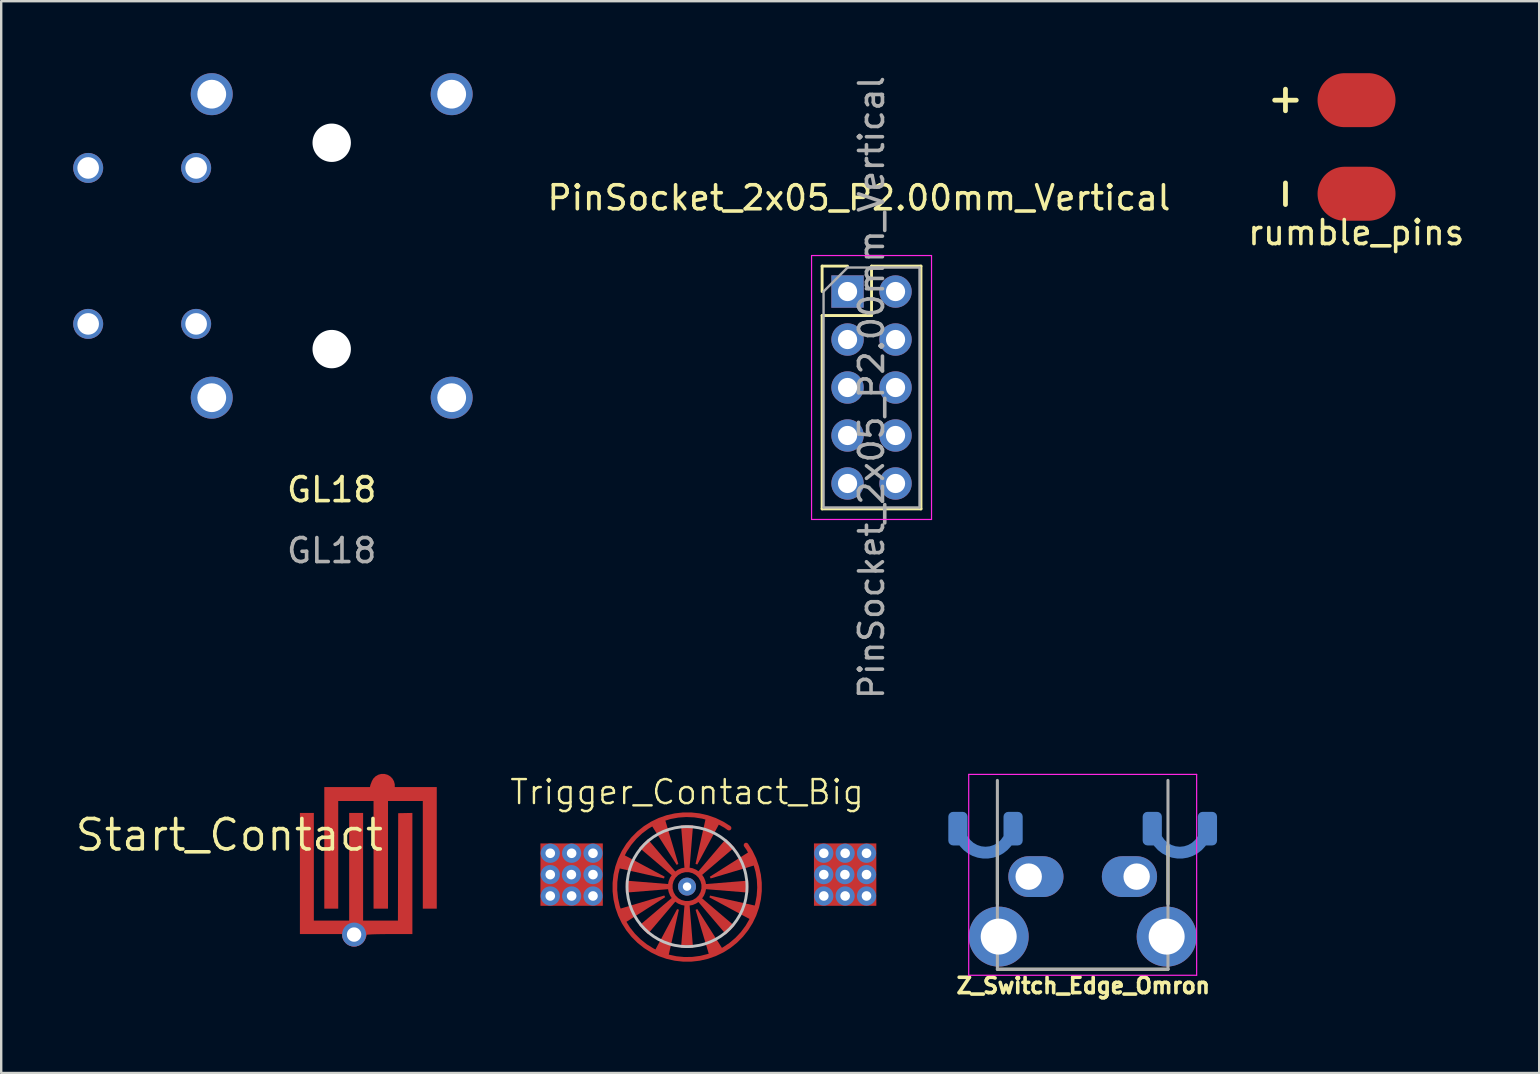
<source format=kicad_pcb>
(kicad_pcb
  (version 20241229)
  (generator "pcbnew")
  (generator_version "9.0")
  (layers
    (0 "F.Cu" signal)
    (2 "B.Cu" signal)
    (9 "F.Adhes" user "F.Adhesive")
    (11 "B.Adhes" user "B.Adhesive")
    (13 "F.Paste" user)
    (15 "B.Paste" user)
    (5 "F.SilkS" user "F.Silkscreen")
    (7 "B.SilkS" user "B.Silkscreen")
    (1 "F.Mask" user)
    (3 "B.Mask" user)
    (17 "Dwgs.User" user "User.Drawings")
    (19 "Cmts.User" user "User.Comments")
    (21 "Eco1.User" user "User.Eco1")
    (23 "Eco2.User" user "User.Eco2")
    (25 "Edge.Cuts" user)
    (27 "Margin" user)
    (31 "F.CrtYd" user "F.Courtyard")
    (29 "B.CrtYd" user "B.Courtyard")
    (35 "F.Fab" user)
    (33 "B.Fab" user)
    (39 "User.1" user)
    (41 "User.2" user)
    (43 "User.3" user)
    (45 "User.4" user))
  (footprint "rumble_pins"
    (layer "F.Cu")
    (at 53.477 1.917)
    (property "Reference" "rumble_pins" (at 0 4.729 180) (layer "F.SilkS") (effects (font (size 1 1) (thickness 0.15))))
    (attr smd exclude_from_pos_files exclude_from_bom)
    (fp_line (start -3.4 -0.792) (end -2.5 -0.792) (stroke (width 0.2) (type solid)) (layer "F.SilkS"))
    (fp_line (start -2.95 -0.35) (end -2.95 -1.25) (stroke (width 0.2) (type solid)) (layer "F.SilkS"))
    (fp_line (start -2.95 3.558) (end -2.95 2.658) (stroke (width 0.2) (type solid)) (layer "F.SilkS"))
    (pad "1" smd oval (at 0.012 -0.792) (size 3.25 2.25) (layers "F.Cu" "F.Mask"))
    (pad "2" smd oval (at 0.012 3.108) (size 3.25 2.25) (layers "F.Cu" "F.Mask")))
  (footprint "Start_Contact"
    (layer "F.Cu")
    (at 12.308 32.802)
    (property "Reference" "Start_Contact" (at -5.8 -1.05 0) (layer "F.SilkS") (effects (font (size 1.27 1.27) (thickness 0.15))))
    (attr through_hole)
    (fp_poly (pts (xy 2.756 3.031) (xy 0.008 3.031) (xy -0.33 3.031) (xy -0.656 3.031) (xy -0.968 3.03) (xy -1.263 3.03) (xy -1.538 3.029) (xy -1.793 3.028) (xy -2.022 3.027) (xy -2.226 3.025) (xy -2.4 3.024) (xy -2.542 3.022) (xy -2.65 3.021) (xy -2.721 3.019) (xy -2.753 3.017) (xy -2.754 3.017) (xy -2.756 2.995) (xy -2.758 2.932) (xy -2.759 2.832) (xy -2.761 2.697) (xy -2.762 2.529) (xy -2.763 2.331) (xy -2.764 2.105) (xy -2.765 1.854) (xy -2.766 1.579) (xy -2.767 1.283) (xy -2.768 0.969) (xy -2.768 0.64) (xy -2.768 0.296) (xy -2.768 0.011) (xy -2.768 -2.98) (xy 2.756 -2.98) (xy 2.756 3.031)) (stroke (width 0.01) (type solid)) (fill yes) (layer "F.Mask"))
    (pad "1" smd custom (at 0.6 -3.1) (size 1 1) (layers "F.Cu" "F.Mask" "F.Paste") (options (anchor circle)) (primitives (gr_poly (pts (xy 0.1 -0.387) (xy 0.219 -0.337) (xy 0.31 -0.262) (xy 0.384 -0.16) (xy 0.429 -0.047) (xy 0.435 -0.019) (xy 0.447 0.056) (xy 2.241 0.056) (xy 2.241 5.115) (xy 1.669 5.115) (xy 1.669 0.628) (xy 0.209 0.628) (xy 0.209 5.115) (xy -0.384 5.115) (xy -0.384 0.628) (xy -1.866 0.628) (xy -1.866 5.115) (xy -2.437 5.115) (xy -2.437 0.056) (xy -0.536 0.056) (xy -0.511 -0.048) (xy -0.462 -0.17) (xy -0.382 -0.269) (xy -0.279 -0.343) (xy -0.16 -0.39) (xy -0.031 -0.405)) (width 0.01) (fill yes))))
    (pad "2" thru_hole circle (at -0.6 3.1) (size 1 1) (drill 0.6) (layers "*.Cu" "*.Mask"))
    (pad "2" smd custom (at -0.6 3.1) (size 1 1) (layers "F.Cu" "F.Mask" "F.Paste") (options (anchor circle)) (primitives (gr_poly (pts (xy 2.425 -0.026) (xy 1.698 -0.026) (xy 1.515 -0.026) (xy 1.335 -0.025) (xy 1.165 -0.023) (xy 1.013 -0.021) (xy 0.884 -0.018) (xy 0.788 -0.015) (xy 0.749 -0.013) (xy 0.527 0.001) (xy 0.504 0.088) (xy 0.454 0.204) (xy 0.377 0.307) (xy 0.281 0.383) (xy 0.258 0.395) (xy 0.153 0.432) (xy 0.038 0.45) (xy -0.07 0.448) (xy -0.134 0.433) (xy -0.235 0.377) (xy -0.326 0.298) (xy -0.397 0.203) (xy -0.442 0.103) (xy -0.454 0.032) (xy -0.454 -0.026) (xy -2.253 -0.026) (xy -2.253 -5.064) (xy -1.682 -5.064) (xy -1.682 -0.577) (xy -0.2 -0.577) (xy -0.2 -5.064) (xy 0.371 -5.064) (xy 0.371 -0.577) (xy 1.832 -0.577) (xy 1.837 -2.815) (xy 1.843 -5.054) (xy 2.134 -5.059) (xy 2.425 -5.065)) (width 0.01) (fill yes)))))
  (footprint "GL18"
    (layer "F.Cu")
    (at 10.775 7.2)
    (property "Reference" "GL18" (at 0 10.16 0) (unlocked yes) (layer "F.SilkS") (effects (font (size 1 1) (thickness 0.15))))
    (attr smd)
    (fp_text user "${REFERENCE}" (at 0 12.7 0) (unlocked yes) (layer "F.Fab") (effects (font (size 1 1) (thickness 0.15))))
    (pad "" thru_hole circle (at -5 -6.325) (size 1.75 1.75) (drill 1.2) (layers "*.Cu" "*.Mask"))
    (pad "" thru_hole circle (at -5 6.325) (size 1.75 1.75) (drill 1.2) (layers "*.Cu" "*.Mask"))
    (pad "" np_thru_hole circle (at 0 -4.3) (size 1.6 1.6) (drill 1.6) (layers "*.Cu" "*.Mask"))
    (pad "" np_thru_hole circle (at 0 4.3) (size 1.6 1.6) (drill 1.6) (layers "*.Cu" "*.Mask"))
    (pad "" thru_hole circle (at 5 -6.325) (size 1.75 1.75) (drill 1.2) (layers "*.Cu" "*.Mask"))
    (pad "" thru_hole circle (at 5 6.325) (size 1.75 1.75) (drill 1.2) (layers "*.Cu" "*.Mask"))
    (pad "S1" thru_hole circle (at -5.65 -3.25) (size 1.25 1.25) (drill 0.9) (layers "*.Cu" "*.Mask"))
    (pad "S2" thru_hole circle (at -5.65 3.25) (size 1.25 1.25) (drill 0.9) (layers "*.Cu" "*.Mask"))
    (pad "S3" thru_hole circle (at -10.15 -3.25) (size 1.25 1.25) (drill 0.9) (layers "*.Cu" "*.Mask"))
    (pad "S4" thru_hole circle (at -10.15 3.25) (size 1.25 1.25) (drill 0.9) (layers "*.Cu" "*.Mask")))
  (footprint "PinSocket_2x05_P2.00mm_Vertical"
    (layer "F.Cu")
    (at 34.275 9.101)
    (property "Reference" "PinSocket_2x05_P2.00mm_Vertical" (at -1.524 -3.906 0) (layer "F.SilkS") (effects (font (size 1 1) (thickness 0.15))))
    (attr through_hole)
    (fp_line (start -3.06 -1.06) (end -3.06 0) (stroke (width 0.12) (type solid)) (layer "F.SilkS"))
    (fp_line (start -3.06 1) (end -3.06 9.06) (stroke (width 0.12) (type solid)) (layer "F.SilkS"))
    (fp_line (start -2 -1.06) (end -3.06 -1.06) (stroke (width 0.12) (type solid)) (layer "F.SilkS"))
    (fp_line (start -1 -1.06) (end -1 1) (stroke (width 0.12) (type solid)) (layer "F.SilkS"))
    (fp_line (start -1 1) (end -3.06 1) (stroke (width 0.12) (type solid)) (layer "F.SilkS"))
    (fp_line (start 1.06 -1.06) (end -1 -1.06) (stroke (width 0.12) (type solid)) (layer "F.SilkS"))
    (fp_line (start 1.06 -1.06) (end 1.06 9.06) (stroke (width 0.12) (type solid)) (layer "F.SilkS"))
    (fp_line (start 1.06 9.06) (end -3.06 9.06) (stroke (width 0.12) (type solid)) (layer "F.SilkS"))
    (fp_line (start -3.5 -1.5) (end -3.5 9.5) (stroke (width 0.05) (type solid)) (layer "F.CrtYd"))
    (fp_line (start -3.5 9.5) (end 1.5 9.5) (stroke (width 0.05) (type solid)) (layer "F.CrtYd"))
    (fp_line (start 1.5 -1.5) (end -3.5 -1.5) (stroke (width 0.05) (type solid)) (layer "F.CrtYd"))
    (fp_line (start 1.5 9.5) (end 1.5 -1.5) (stroke (width 0.05) (type solid)) (layer "F.CrtYd"))
    (fp_line (start -3 0) (end -3 9) (stroke (width 0.1) (type solid)) (layer "F.Fab"))
    (fp_line (start -3 9) (end 1 9) (stroke (width 0.1) (type solid)) (layer "F.Fab"))
    (fp_line (start -2 -1) (end -3 0) (stroke (width 0.1) (type solid)) (layer "F.Fab"))
    (fp_line (start 1 -1) (end -2 -1) (stroke (width 0.1) (type solid)) (layer "F.Fab"))
    (fp_line (start 1 9) (end 1 -1) (stroke (width 0.1) (type solid)) (layer "F.Fab"))
    (fp_text user "${REFERENCE}" (at -1 4 270) (layer "F.Fab") (effects (font (size 1 1) (thickness 0.15))))
    (pad "1" thru_hole rect (at -2 0) (size 1.35 1.35) (drill 0.8) (layers "*.Cu" "*.Mask"))
    (pad "2" thru_hole oval (at -2 2) (size 1.35 1.35) (drill 0.8) (layers "*.Cu" "*.Mask"))
    (pad "3" thru_hole oval (at -2 4) (size 1.35 1.35) (drill 0.8) (layers "*.Cu" "*.Mask"))
    (pad "4" thru_hole oval (at -2 6) (size 1.35 1.35) (drill 0.8) (layers "*.Cu" "*.Mask"))
    (pad "5" thru_hole oval (at -2 8) (size 1.35 1.35) (drill 0.8) (layers "*.Cu" "*.Mask"))
    (pad "6" thru_hole oval (at 0 8) (size 1.35 1.35) (drill 0.8) (layers "*.Cu" "*.Mask"))
    (pad "7" thru_hole oval (at 0 6) (size 1.35 1.35) (drill 0.8) (layers "*.Cu" "*.Mask"))
    (pad "8" thru_hole oval (at 0 4) (size 1.35 1.35) (drill 0.8) (layers "*.Cu" "*.Mask"))
    (pad "9" thru_hole oval (at 0 2) (size 1.35 1.35) (drill 0.8) (layers "*.Cu" "*.Mask"))
    (pad "10" thru_hole oval (at 0 0) (size 1.35 1.35) (drill 0.8) (layers "*.Cu" "*.Mask")))
  (footprint "Trigger_Contact_Big"
    (layer "F.Cu")
    (at 25.585 33.903)
    (property "Reference" "Trigger_Contact_Big" (at 0 -3.94 180) (layer "F.SilkS") (effects (font (size 1 1) (thickness 0.1))))
    (attr through_hole)
    (fp_circle (center 0 0) (end 3.2 0) (stroke (width 0.12) (type solid)) (fill yes) (layer "F.Mask"))
    (fp_circle (center 0 0) (end 0 -2.5) (stroke (width 0.12) (type solid)) (fill no) (layer "Dwgs.User"))
    (pad "1" thru_hole circle (at -5.7 -1.39) (size 0.8 0.8) (drill 0.4) (layers "*.Cu" "*.Mask"))
    (pad "1" thru_hole circle (at -5.7 -0.5) (size 0.8 0.8) (drill 0.4) (layers "*.Cu" "*.Mask"))
    (pad "1" thru_hole circle (at -5.7 0.39) (size 0.8 0.8) (drill 0.4) (layers "*.Cu" "*.Mask"))
    (pad "1" thru_hole circle (at -4.82 -0.5) (size 0.8 0.8) (drill 0.4) (layers "*.Cu" "*.Mask"))
    (pad "1" thru_hole circle (at -4.81 -1.39) (size 0.8 0.8) (drill 0.4) (layers "*.Cu" "*.Mask"))
    (pad "1" smd custom (at -4.81 -0.5) (size 1.524 1.524) (layers "F.Cu" "F.Mask" "F.Paste") (options (anchor circle)) (primitives (gr_rect (start -1.3 -1.3) (end 1.3 1.3) (width 0) (fill yes))))
    (pad "1" thru_hole circle (at -4.81 0.39) (size 0.8 0.8) (drill 0.4) (layers "*.Cu" "*.Mask"))
    (pad "1" thru_hole circle (at -3.92 -1.39) (size 0.8 0.8) (drill 0.4) (layers "*.Cu" "*.Mask"))
    (pad "1" thru_hole circle (at -3.92 -0.5) (size 0.8 0.8) (drill 0.4) (layers "*.Cu" "*.Mask"))
    (pad "1" thru_hole circle (at -3.92 0.39) (size 0.8 0.8) (drill 0.4) (layers "*.Cu" "*.Mask"))
    (pad "1" smd custom (at -2.65 -1) (size 0.356 0.356) (layers "F.Cu" "F.Mask" "F.Paste") (options (anchor circle)) (primitives (gr_arc (start 5.111435 -0.72988) (mid 0.526945 3.15211) (end 4.399839 -1.440066) (width 0.2)) (gr_poly (pts (xy 1.703 1.37) (xy 1.739 1.44) (xy 0.115 2.473) (xy -0.15 1.925)) (width 0) (fill yes)) (gr_poly (pts (xy 3.006 1.969) (xy 3.076 1.934) (xy 4.114 3.569) (xy 3.566 3.834)) (width 0) (fill yes)) (gr_poly (pts (xy 2.287 0.057) (xy 2.217 0.093) (xy 1.184 -1.534) (xy 1.732 -1.8)) (width 0) (fill yes)) (gr_poly (pts (xy 3.583 1.448) (xy 3.608 1.373) (xy 5.488 1.793) (xy 5.288 2.368)) (width 0) (fill yes)) (gr_poly (pts (xy 2.236 1.937) (xy 2.311 1.962) (xy 1.88 3.876) (xy 1.305 3.676)) (width 0) (fill yes)) (gr_poly (pts (xy 3.634 0.66) (xy 3.599 0.589) (xy 5.222 -0.442) (xy 5.487 0.106)) (width 0) (fill yes)) (gr_poly (pts (xy 3.079 0.079) (xy 3.004 0.054) (xy 3.426 -1.834) (xy 4.001 -1.634)) (width 0) (fill yes)) (gr_poly (pts (xy 1.716 0.585) (xy 1.691 0.66) (xy -0.234 0.225) (xy -0.034 -0.35)) (width 0) (fill yes))))
    (pad "1" thru_hole circle (at 0 0) (size 0.75 0.75) (drill 0.35) (layers "*.Cu" "*.Mask"))
    (pad "2" smd custom (at 1.65 -1.65) (size 0.356 0.156) (layers "F.Cu" "F.Mask" "F.Paste") (options (anchor rect)) (primitives (gr_poly (pts (xy -1.098 1.227) (xy -1.239 1.085) (xy -0.028 -0.338) (xy 0.326 0.015)) (width 0) (fill yes)) (gr_circle (center -1.65 1.65) (end -0.95 1.65) (width 0.2) (fill no)) (gr_poly (pts (xy -0.95 1.75) (xy -0.95 1.55) (xy 0.9 1.4) (xy 0.9 1.9)) (width 0) (fill yes)) (gr_poly (pts (xy -1.75 2.35) (xy -1.55 2.35) (xy -1.4 4.2) (xy -1.9 4.2)) (width 0) (fill yes)) (gr_poly (pts (xy -2.35 1.55) (xy -2.35 1.75) (xy -4.2 1.9) (xy -4.2 1.4)) (width 0) (fill yes)) (gr_poly (pts (xy -2.088 1.085) (xy -2.229 1.227) (xy -3.64 0.028) (xy -3.286 -0.326)) (width 0) (fill yes)) (gr_poly (pts (xy -1.239 2.217) (xy -1.098 2.075) (xy 0.326 3.287) (xy -0.028 3.64)) (width 0) (fill yes)) (gr_poly (pts (xy -2.229 2.075) (xy -2.088 2.217) (xy -3.286 3.628) (xy -3.64 3.274)) (width 0) (fill yes)) (gr_poly (pts (xy -1.55 0.95) (xy -1.75 0.95) (xy -1.9 -0.9) (xy -1.4 -0.9)) (width 0) (fill yes))))
    (pad "2" thru_hole circle (at 5.7 -1.39) (size 0.8 0.8) (drill 0.4) (layers "*.Cu" "*.Mask"))
    (pad "2" thru_hole circle (at 5.7 -0.5) (size 0.8 0.8) (drill 0.4) (layers "*.Cu" "*.Mask"))
    (pad "2" thru_hole circle (at 5.7 0.39) (size 0.8 0.8) (drill 0.4) (layers "*.Cu" "*.Mask"))
    (pad "2" thru_hole circle (at 6.58 -0.5) (size 0.8 0.8) (drill 0.4) (layers "*.Cu" "*.Mask"))
    (pad "2" thru_hole circle (at 6.59 -1.39) (size 0.8 0.8) (drill 0.4) (layers "*.Cu" "*.Mask"))
    (pad "2" smd custom (at 6.59 -0.5) (size 1.524 1.524) (layers "F.Cu" "F.Mask" "F.Paste") (options (anchor circle)) (primitives (gr_rect (start -1.3 -1.3) (end 1.3 1.3) (width 0) (fill yes))))
    (pad "2" thru_hole circle (at 6.59 0.39) (size 0.8 0.8) (drill 0.4) (layers "*.Cu" "*.Mask"))
    (pad "2" thru_hole circle (at 7.48 -1.39) (size 0.8 0.8) (drill 0.4) (layers "*.Cu" "*.Mask"))
    (pad "2" thru_hole circle (at 7.48 -0.5) (size 0.8 0.8) (drill 0.4) (layers "*.Cu" "*.Mask"))
    (pad "2" thru_hole circle (at 7.48 0.39) (size 0.8 0.8) (drill 0.4) (layers "*.Cu" "*.Mask")))
  (footprint "Z_Switch_Edge_Omron"
    (layer "F.Cu")
    (at 42.075 33.487)
    (property "Reference" "Z_Switch_Edge_Omron" (at 0.026 4.546 0) (layer "F.SilkS") (effects (font (size 0.641 0.641) (thickness 0.15))))
    (attr through_hole)
    (fp_line (start -3.555 -1.27) (end -3.555 1.133) (stroke (width 0.127) (type solid)) (layer "F.SilkS"))
    (fp_line (start -3.555 3.86) (end 3.555 3.86) (stroke (width 0.127) (type solid)) (layer "F.SilkS"))
    (fp_line (start 3.556 1.138) (end 3.555 -1.27) (stroke (width 0.127) (type solid)) (layer "F.SilkS"))
    (fp_line (start -4.75 -4.26) (end -4.75 4.11) (stroke (width 0.05) (type solid)) (layer "F.CrtYd"))
    (fp_line (start -4.75 4.11) (end 4.75 4.11) (stroke (width 0.05) (type solid)) (layer "F.CrtYd"))
    (fp_line (start 4.75 -4.26) (end -4.75 -4.26) (stroke (width 0.05) (type solid)) (layer "F.CrtYd"))
    (fp_line (start 4.75 4.11) (end 4.75 -4.26) (stroke (width 0.05) (type solid)) (layer "F.CrtYd"))
    (fp_line (start -3.555 -4.01) (end -3.555 3.86) (stroke (width 0.127) (type solid)) (layer "F.Fab"))
    (fp_line (start -3.555 3.86) (end 3.555 3.86) (stroke (width 0.127) (type solid)) (layer "F.Fab"))
    (fp_line (start 3.555 3.86) (end 3.555 -4.01) (stroke (width 0.127) (type solid)) (layer "F.Fab"))
    (pad "1" thru_hole oval (at -2.25 0) (size 2.3 1.7) (drill 1.1 (offset 0.3 0)) (layers "*.Cu" "*.Mask"))
    (pad "2" thru_hole oval (at 2.25 0) (size 2.3 1.7) (drill 1.1 (offset -0.3 0)) (layers "*.Cu" "*.Mask"))
    (pad "3" smd custom (at -5.2 -2) (size 0.8 0.8) (layers "B.Cu" "B.Mask" "B.Paste") (options (anchor circle)) (primitives (gr_poly (pts (xy -0.4 -0.5) (xy -0.385 -0.577) (xy -0.341 -0.641) (xy -0.277 -0.685) (xy -0.2 -0.7) (xy 0.2 -0.7) (xy 0.277 -0.685) (xy 0.341 -0.641) (xy 0.385 -0.577) (xy 0.4 -0.5) (xy 0.4 0.5) (xy 0.385 0.577) (xy 0.341 0.641) (xy 0.277 0.685) (xy 0.2 0.7) (xy -0.2 0.7) (xy -0.277 0.685) (xy -0.341 0.641) (xy -0.385 0.577) (xy -0.4 0.5)) (width 0) (fill yes)) (gr_arc (start 2.25 -0.1) (mid 1.15 1) (end 0.05 -0.1) (width 0.5)) (gr_poly (pts (xy 1.9 -0.5) (xy 1.915 -0.577) (xy 1.959 -0.641) (xy 2.023 -0.685) (xy 2.1 -0.7) (xy 2.5 -0.7) (xy 2.577 -0.685) (xy 2.641 -0.641) (xy 2.685 -0.577) (xy 2.7 -0.5) (xy 2.7 0.5) (xy 2.685 0.577) (xy 2.641 0.641) (xy 2.577 0.685) (xy 2.5 0.7) (xy 2.1 0.7) (xy 2.023 0.685) (xy 1.959 0.641) (xy 1.915 0.577) (xy 1.9 0.5)) (width 0) (fill yes))))
    (pad "4" smd custom (at 2.9 -2) (size 0.8 0.8) (layers "B.Cu" "B.Mask" "B.Paste") (options (anchor circle)) (primitives (gr_poly (pts (xy -0.4 -0.5) (xy -0.385 -0.577) (xy -0.341 -0.641) (xy -0.277 -0.685) (xy -0.2 -0.7) (xy 0.2 -0.7) (xy 0.277 -0.685) (xy 0.341 -0.641) (xy 0.385 -0.577) (xy 0.4 -0.5) (xy 0.4 0.5) (xy 0.385 0.577) (xy 0.341 0.641) (xy 0.277 0.685) (xy 0.2 0.7) (xy -0.2 0.7) (xy -0.277 0.685) (xy -0.341 0.641) (xy -0.385 0.577) (xy -0.4 0.5)) (width 0) (fill yes)) (gr_arc (start 2.25 -0.1) (mid 1.15 1) (end 0.05 -0.1) (width 0.5)) (gr_poly (pts (xy 1.9 -0.5) (xy 1.915 -0.577) (xy 1.959 -0.641) (xy 2.023 -0.685) (xy 2.1 -0.7) (xy 2.5 -0.7) (xy 2.577 -0.685) (xy 2.641 -0.641) (xy 2.685 -0.577) (xy 2.7 -0.5) (xy 2.7 0.5) (xy 2.685 0.577) (xy 2.641 0.641) (xy 2.577 0.685) (xy 2.5 0.7) (xy 2.1 0.7) (xy 2.023 0.685) (xy 1.959 0.641) (xy 1.915 0.577) (xy 1.9 0.5)) (width 0) (fill yes))))
    (pad "MP" thru_hole circle (at -3.5 2.5) (size 2.5 2.5) (drill 1.5) (layers "*.Cu" "*.Mask"))
    (pad "MP" thru_hole circle (at 3.5 2.5) (size 2.5 2.5) (drill 1.5) (layers "*.Cu" "*.Mask")))
  (gr_rect
    (start -3 -3)
    (end 61.102 41.671)
    (stroke (width 0.1) (type default))
    (fill no)
    (layer "Edge.Cuts")))
</source>
